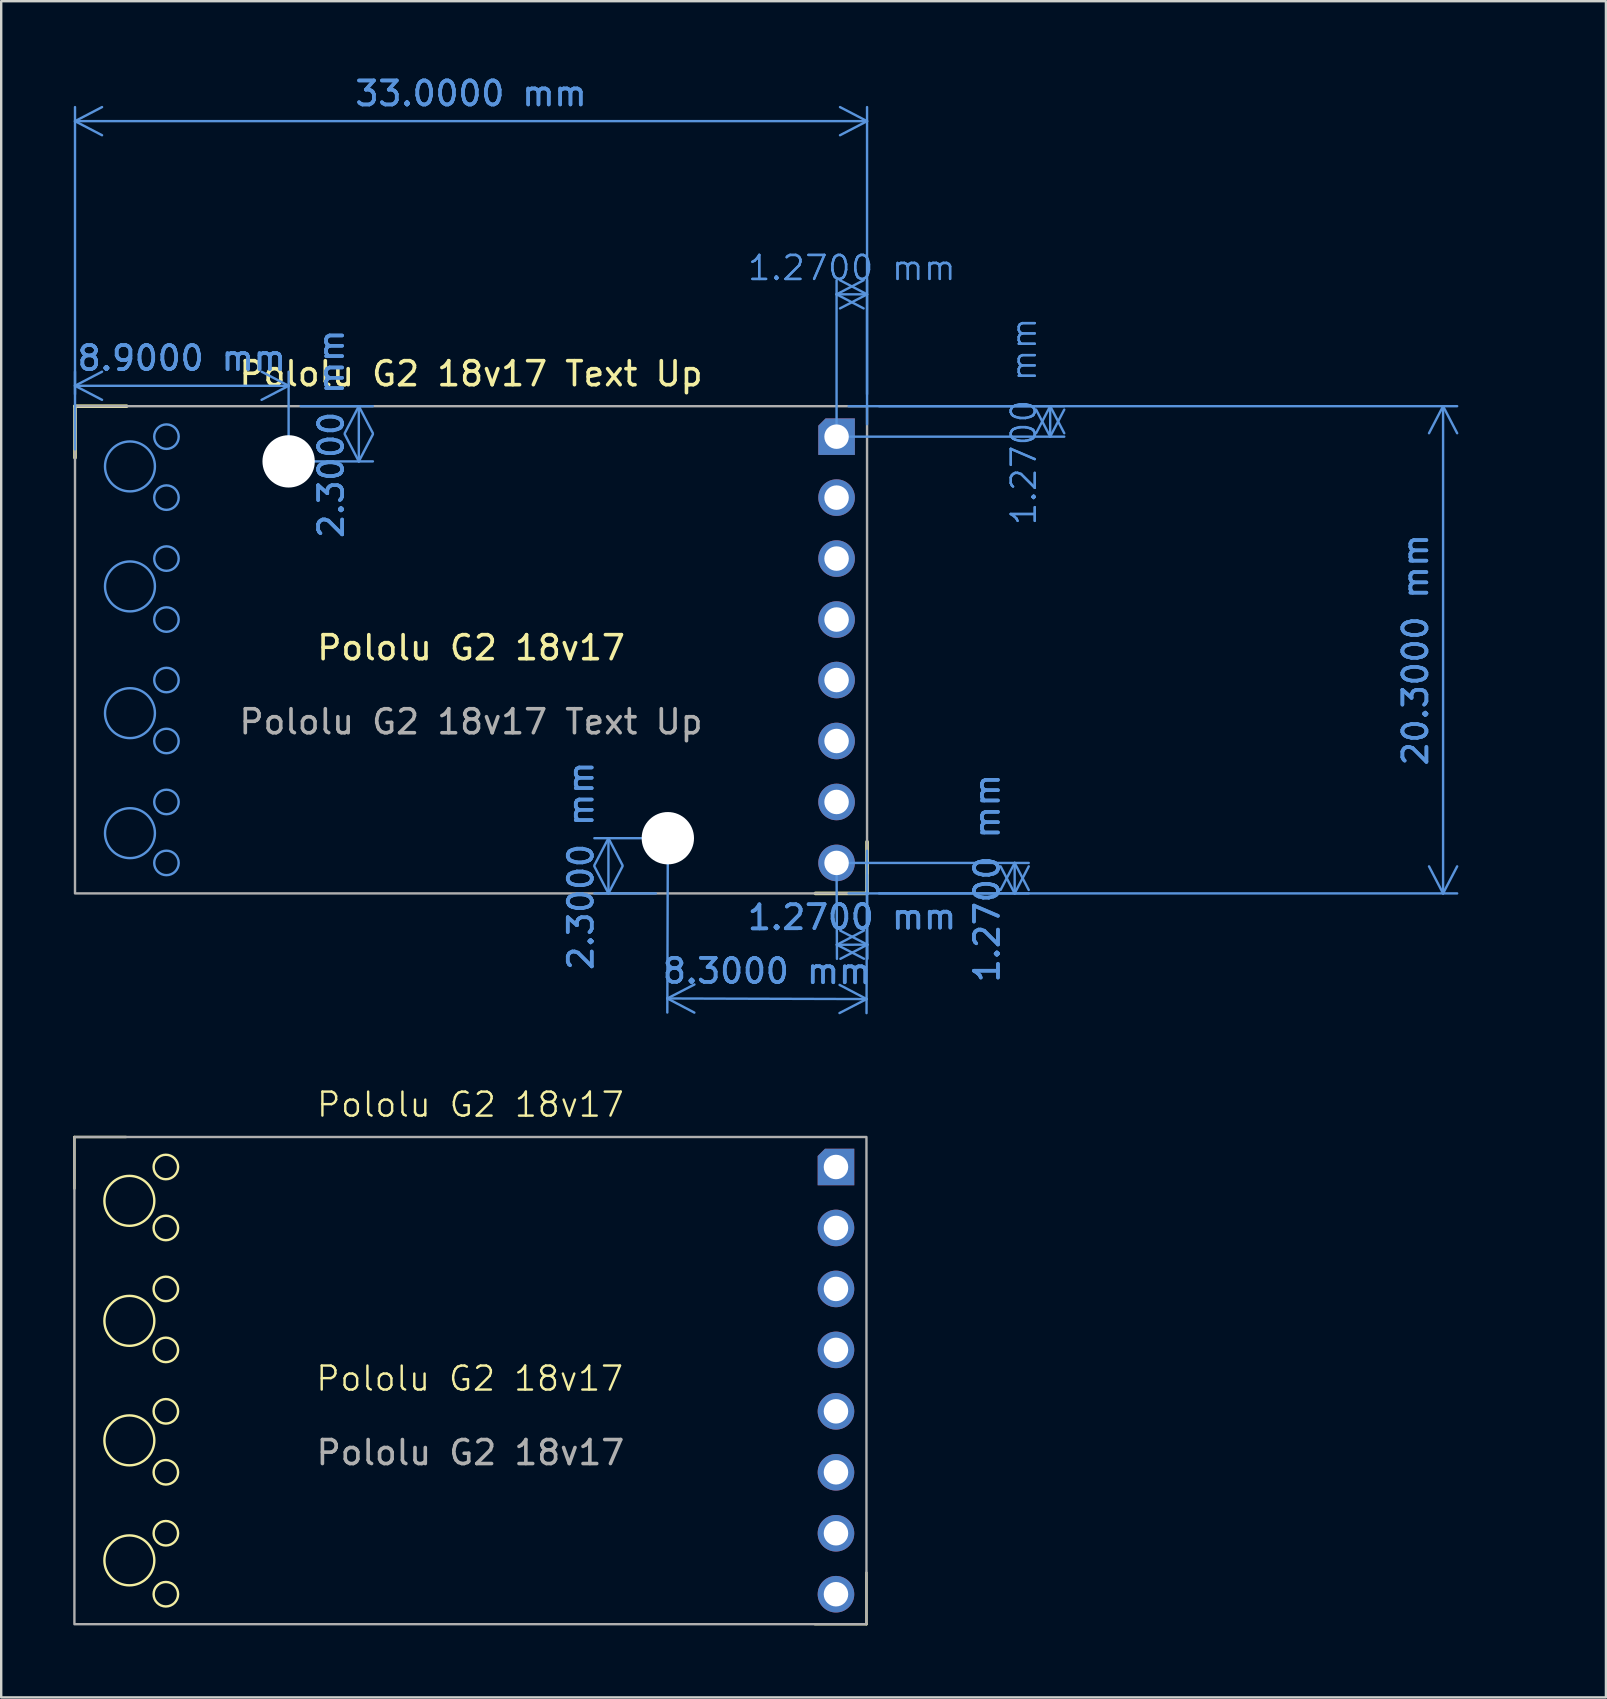
<source format=kicad_pcb>
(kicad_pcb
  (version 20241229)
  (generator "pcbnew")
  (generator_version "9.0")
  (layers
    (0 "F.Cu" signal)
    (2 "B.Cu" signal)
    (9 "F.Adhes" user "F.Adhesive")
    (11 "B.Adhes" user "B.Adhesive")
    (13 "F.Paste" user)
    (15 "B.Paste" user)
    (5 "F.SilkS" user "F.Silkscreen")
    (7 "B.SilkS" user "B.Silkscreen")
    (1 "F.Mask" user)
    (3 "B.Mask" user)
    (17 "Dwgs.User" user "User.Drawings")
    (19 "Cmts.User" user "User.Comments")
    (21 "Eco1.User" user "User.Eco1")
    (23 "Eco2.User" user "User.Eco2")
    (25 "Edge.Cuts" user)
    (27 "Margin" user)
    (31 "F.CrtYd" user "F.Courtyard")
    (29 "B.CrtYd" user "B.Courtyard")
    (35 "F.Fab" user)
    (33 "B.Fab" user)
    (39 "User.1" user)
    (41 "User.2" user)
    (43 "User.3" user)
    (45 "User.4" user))
  (footprint "Pololu G2 18v17"
    (layer "F.Cu")
    (at 16.55 54.472)
    (property "Reference" "Pololu G2 18v17" (at 0 -11.5 0) (unlocked yes) (layer "F.SilkS") (effects (font (size 1 1) (thickness 0.1))))
    (attr through_hole)
    (fp_line (start -16.5 -10.15) (end -14.35 -10.15) (stroke (width 0.1) (type default)) (layer "F.SilkS"))
    (fp_line (start -16.5 -8) (end -16.5 -10.15) (stroke (width 0.1) (type default)) (layer "F.SilkS"))
    (fp_line (start 16.5 8) (end 16.5 10.15) (stroke (width 0.1) (type default)) (layer "F.SilkS"))
    (fp_line (start 16.5 10.15) (end 14.35 10.15) (stroke (width 0.1) (type default)) (layer "F.SilkS"))
    (fp_circle (center -14.21 -7.49) (end -13.17 -7.49) (stroke (width 0.1) (type default)) (fill no) (layer "F.SilkS"))
    (fp_circle (center -14.21 -2.49) (end -13.17 -2.49) (stroke (width 0.1) (type default)) (fill no) (layer "F.SilkS"))
    (fp_circle (center -14.21 2.49) (end -13.17 2.49) (stroke (width 0.1) (type default)) (fill no) (layer "F.SilkS"))
    (fp_circle (center -14.21 7.49) (end -13.17 7.49) (stroke (width 0.1) (type default)) (fill no) (layer "F.SilkS"))
    (fp_circle (center -12.69 -8.9) (end -12.18 -8.9) (stroke (width 0.1) (type default)) (fill no) (layer "F.SilkS"))
    (fp_circle (center -12.69 -6.36) (end -12.18 -6.36) (stroke (width 0.1) (type default)) (fill no) (layer "F.SilkS"))
    (fp_circle (center -12.69 -3.82) (end -12.18 -3.82) (stroke (width 0.1) (type default)) (fill no) (layer "F.SilkS"))
    (fp_circle (center -12.69 -1.28) (end -12.18 -1.28) (stroke (width 0.1) (type default)) (fill no) (layer "F.SilkS"))
    (fp_circle (center -12.69 1.28) (end -12.18 1.28) (stroke (width 0.1) (type default)) (fill no) (layer "F.SilkS"))
    (fp_circle (center -12.69 3.82) (end -12.18 3.82) (stroke (width 0.1) (type default)) (fill no) (layer "F.SilkS"))
    (fp_circle (center -12.69 6.36) (end -12.18 6.36) (stroke (width 0.1) (type default)) (fill no) (layer "F.SilkS"))
    (fp_circle (center -12.69 8.9) (end -12.18 8.9) (stroke (width 0.1) (type default)) (fill no) (layer "F.SilkS"))
    (fp_rect (start -16.5 10.15) (end 16.5 -10.15) (stroke (width 0.1) (type default)) (fill no) (layer "F.Fab"))
    (fp_text user "Pololu G2 18v17" (at -6.5 0.5 0) (unlocked yes) (layer "F.SilkS") (effects (font (size 1 1) (thickness 0.1)) (justify left bottom)))
    (fp_text user "${REFERENCE}" (at 0 3 0) (unlocked yes) (layer "F.Fab") (effects (font (size 1 1) (thickness 0.15))))
    (pad "1" thru_hole roundrect (at 15.23 -8.9) (size 1.524 1.524) (drill 1.02) (layers "*.Cu" "*.Mask") (roundrect_rratio 0) (chamfer_ratio 0.2) (chamfer top_left))
    (pad "2" thru_hole circle (at 15.23 -6.36) (size 1.524 1.524) (drill 1.02) (layers "*.Cu" "*.Mask"))
    (pad "3" thru_hole circle (at 15.23 -3.82) (size 1.524 1.524) (drill 1.02) (layers "*.Cu" "*.Mask"))
    (pad "4" thru_hole circle (at 15.23 -1.28) (size 1.524 1.524) (drill 1.02) (layers "*.Cu" "*.Mask"))
    (pad "5" thru_hole circle (at 15.23 1.28) (size 1.524 1.524) (drill 1.02) (layers "*.Cu" "*.Mask"))
    (pad "6" thru_hole circle (at 15.23 3.82) (size 1.524 1.524) (drill 1.02) (layers "*.Cu" "*.Mask"))
    (pad "7" thru_hole circle (at 15.23 6.36) (size 1.524 1.524) (drill 1.02) (layers "*.Cu" "*.Mask"))
    (pad "8" thru_hole circle (at 15.23 8.9) (size 1.524 1.524) (drill 1.02) (layers "*.Cu" "*.Mask")))
  (footprint "Pololu G2 18v17 Text Up"
    (layer "F.Cu")
    (at 16.575 24.023)
    (property "Reference" "Pololu G2 18v17 Text Up" (at 0 -11.5 0) (unlocked yes) (layer "F.SilkS") (effects (font (size 1 1) (thickness 0.15))))
    (attr through_hole)
    (fp_line (start -16.5 -10.15) (end -14.35 -10.15) (stroke (width 0.15) (type default)) (layer "F.SilkS"))
    (fp_line (start -16.5 -8) (end -16.5 -10.15) (stroke (width 0.15) (type default)) (layer "F.SilkS"))
    (fp_line (start 16.5 8) (end 16.5 10.15) (stroke (width 0.15) (type default)) (layer "F.SilkS"))
    (fp_line (start 16.5 10.15) (end 14.35 10.15) (stroke (width 0.15) (type default)) (layer "F.SilkS"))
    (fp_circle (center -14.21 -7.64) (end -13.17 -7.64) (stroke (width 0.1) (type default)) (fill no) (layer "Cmts.User"))
    (fp_circle (center -14.21 -2.64) (end -13.17 -2.64) (stroke (width 0.1) (type default)) (fill no) (layer "Cmts.User"))
    (fp_circle (center -14.21 2.64) (end -13.17 2.64) (stroke (width 0.1) (type default)) (fill no) (layer "Cmts.User"))
    (fp_circle (center -14.21 7.64) (end -13.17 7.64) (stroke (width 0.1) (type default)) (fill no) (layer "Cmts.User"))
    (fp_circle (center -12.69 -8.88) (end -12.18 -8.88) (stroke (width 0.1) (type default)) (fill no) (layer "Cmts.User"))
    (fp_circle (center -12.69 -6.34) (end -12.18 -6.34) (stroke (width 0.1) (type default)) (fill no) (layer "Cmts.User"))
    (fp_circle (center -12.69 -3.8) (end -12.18 -3.8) (stroke (width 0.1) (type default)) (fill no) (layer "Cmts.User"))
    (fp_circle (center -12.69 -1.26) (end -12.18 -1.26) (stroke (width 0.1) (type default)) (fill no) (layer "Cmts.User"))
    (fp_circle (center -12.69 1.26) (end -12.18 1.26) (stroke (width 0.1) (type default)) (fill no) (layer "Cmts.User"))
    (fp_circle (center -12.69 3.8) (end -12.18 3.8) (stroke (width 0.1) (type default)) (fill no) (layer "Cmts.User"))
    (fp_circle (center -12.69 6.34) (end -12.18 6.34) (stroke (width 0.1) (type default)) (fill no) (layer "Cmts.User"))
    (fp_circle (center -12.69 8.88) (end -12.18 8.88) (stroke (width 0.1) (type default)) (fill no) (layer "Cmts.User"))
    (fp_rect (start -16.5 10.15) (end 16.5 -10.15) (stroke (width 0.1) (type default)) (fill no) (layer "F.Fab"))
    (fp_text user "Pololu G2 18v17" (at -6.5 0.5 0) (unlocked yes) (layer "F.SilkS") (effects (font (size 1 1) (thickness 0.15)) (justify left bottom)))
    (fp_text user "${REFERENCE}" (at 0 3 0) (unlocked yes) (layer "F.Fab") (effects (font (size 1 1) (thickness 0.15))))
    (dimension (type aligned) (layer "Cmts.User") (pts (xy 31.805 32.903) (xy 31.805 34.173)) (height -7.42) (format (prefix "") (suffix "") (units 3) (units_format 1) (precision 4)) (style (thickness 0.1) (arrow_length 1.27) (text_position_mode 0) (arrow_direction outward) (extension_height 0.586) (extension_offset 0.5) (keep_text_aligned yes)) (gr_text "1.2700 mm" (at 38.075 33.538 90) (layer "Cmts.User") (effects (font (size 1 1) (thickness 0.15)))))
    (dimension (type aligned) (layer "Cmts.User") (pts (xy 24.775 31.873) (xy 33.075 31.898)) (height 6.677) (format (prefix "") (suffix "") (units 3) (units_format 1) (precision 4)) (style (thickness 0.1) (arrow_length 1.27) (text_position_mode 0) (arrow_direction outward) (extension_height 0.586) (extension_offset 0.5) (keep_text_aligned yes)) (gr_text "8.3000 mm" (at 28.908 37.413 359.827) (layer "Cmts.User") (effects (font (size 1 1) (thickness 0.15)))))
    (dimension (type aligned) (layer "Cmts.User") (pts (xy 31.805 15.143) (xy 31.805 13.873)) (height 8.9) (format (prefix "") (suffix "") (units 3) (units_format 1) (precision 4)) (style (thickness 0.1) (arrow_length 1.27) (text_position_mode 0) (arrow_direction outward) (extension_height 0.586) (extension_offset 0.5) (keep_text_aligned yes)) (gr_text "1.2700 mm" (at 39.605 14.508 90) (layer "Cmts.User") (effects (font (size 1 1) (thickness 0.1)))))
    (dimension (type aligned) (layer "Cmts.User") (pts (xy 31.805 32.903) (xy 33.075 32.898)) (height 3.41) (format (prefix "") (suffix "") (units 3) (units_format 1) (precision 4)) (style (thickness 0.1) (arrow_length 1.27) (text_position_mode 0) (arrow_direction outward) (extension_height 0.586) (extension_offset 0.5) (keep_text_aligned yes)) (gr_text "1.2700 mm" (at 32.449 35.16 0.226) (layer "Cmts.User") (effects (font (size 1 1) (thickness 0.15)))))
    (dimension (type aligned) (layer "Cmts.User") (pts (xy 24.775 31.873) (xy 24.775 34.173)) (height 2.475) (format (prefix "") (suffix "") (units 3) (units_format 1) (precision 4)) (style (thickness 0.1) (arrow_length 1.27) (text_position_mode 0) (arrow_direction outward) (extension_height 0.586) (extension_offset 0.5) (keep_text_aligned yes)) (gr_text "2.3000 mm" (at 21.15 33.023 90) (layer "Cmts.User") (effects (font (size 1 1) (thickness 0.15)))))
    (dimension (type aligned) (layer "Cmts.User") (pts (xy 0.075 13.873) (xy 33.075 13.873)) (height -11.875) (format (prefix "") (suffix "") (units 3) (units_format 1) (precision 4)) (style (thickness 0.1) (arrow_length 1.27) (text_position_mode 0) (arrow_direction outward) (extension_height 0.586) (extension_offset 0.5) (keep_text_aligned yes)) (gr_text "33.0000 mm" (at 16.575 0.848 0) (layer "Cmts.User") (effects (font (size 1 1) (thickness 0.15)))))
    (dimension (type aligned) (layer "Cmts.User") (pts (xy 8.975 16.173) (xy 8.975 13.873)) (height 2.925) (format (prefix "") (suffix "") (units 3) (units_format 1) (precision 4)) (style (thickness 0.1) (arrow_length 1.27) (text_position_mode 0) (arrow_direction outward) (extension_height 0.586) (extension_offset 0.5) (keep_text_aligned yes)) (gr_text "2.3000 mm" (at 10.75 15.023 90) (layer "Cmts.User") (effects (font (size 1 1) (thickness 0.15)))))
    (dimension (type aligned) (layer "Cmts.User") (pts (xy 8.975 16.173) (xy 0.075 16.173)) (height 3.15) (format (prefix "") (suffix "") (units 3) (units_format 1) (precision 4)) (style (thickness 0.1) (arrow_length 1.27) (text_position_mode 0) (arrow_direction outward) (extension_height 0.586) (extension_offset 0.5) (keep_text_aligned yes)) (gr_text "8.9000 mm" (at 4.525 11.873 0) (layer "Cmts.User") (effects (font (size 1 1) (thickness 0.15)))))
    (dimension (type aligned) (layer "Cmts.User") (pts (xy 31.805 15.123) (xy 33.075 15.123)) (height -5.91) (format (prefix "") (suffix "") (units 3) (units_format 1) (precision 4)) (style (thickness 0.1) (arrow_length 1.27) (text_position_mode 0) (arrow_direction outward) (extension_height 0.586) (extension_offset 0.5) (keep_text_aligned yes)) (gr_text "1.2700 mm" (at 32.44 8.113 0) (layer "Cmts.User") (effects (font (size 1 1) (thickness 0.1)))))
    (dimension (type aligned) (layer "Cmts.User") (pts (xy 33.075 13.873) (xy 33.075 34.173)) (height -24) (format (prefix "") (suffix "") (units 3) (units_format 1) (precision 4)) (style (thickness 0.1) (arrow_length 1.27) (text_position_mode 0) (arrow_direction outward) (extension_height 0.586) (extension_offset 0.5) (keep_text_aligned yes)) (gr_text "20.3000 mm" (at 55.925 24.023 90) (layer "Cmts.User") (effects (font (size 1 1) (thickness 0.15)))))
    (pad "" np_thru_hole circle (at -7.6 -7.85) (size 2.18 2.18) (drill 2.18) (layers "*.Cu" "*.Mask"))
    (pad "" np_thru_hole circle (at 8.2 7.85) (size 2.18 2.18) (drill 2.18) (layers "*.Cu" "*.Mask"))
    (pad "1" thru_hole roundrect (at 15.23 -8.88) (size 1.524 1.524) (drill 1.02) (layers "*.Cu" "*.Mask") (roundrect_rratio 0) (chamfer_ratio 0.2) (chamfer top_left))
    (pad "2" thru_hole circle (at 15.23 -6.34) (size 1.524 1.524) (drill 1.02) (layers "*.Cu" "*.Mask"))
    (pad "3" thru_hole circle (at 15.23 -3.8) (size 1.524 1.524) (drill 1.02) (layers "*.Cu" "*.Mask"))
    (pad "4" thru_hole circle (at 15.23 -1.26) (size 1.524 1.524) (drill 1.02) (layers "*.Cu" "*.Mask"))
    (pad "5" thru_hole circle (at 15.23 1.26) (size 1.524 1.524) (drill 1.02) (layers "*.Cu" "*.Mask"))
    (pad "6" thru_hole circle (at 15.23 3.8) (size 1.524 1.524) (drill 1.02) (layers "*.Cu" "*.Mask"))
    (pad "7" thru_hole circle (at 15.23 6.34) (size 1.524 1.524) (drill 1.02) (layers "*.Cu" "*.Mask"))
    (pad "8" thru_hole circle (at 15.23 8.88) (size 1.524 1.524) (drill 1.02) (layers "*.Cu" "*.Mask")))
  (gr_rect
    (start -3 -3)
    (end 63.86 67.672)
    (stroke (width 0.1) (type default))
    (fill no)
    (layer "Edge.Cuts")))
</source>
